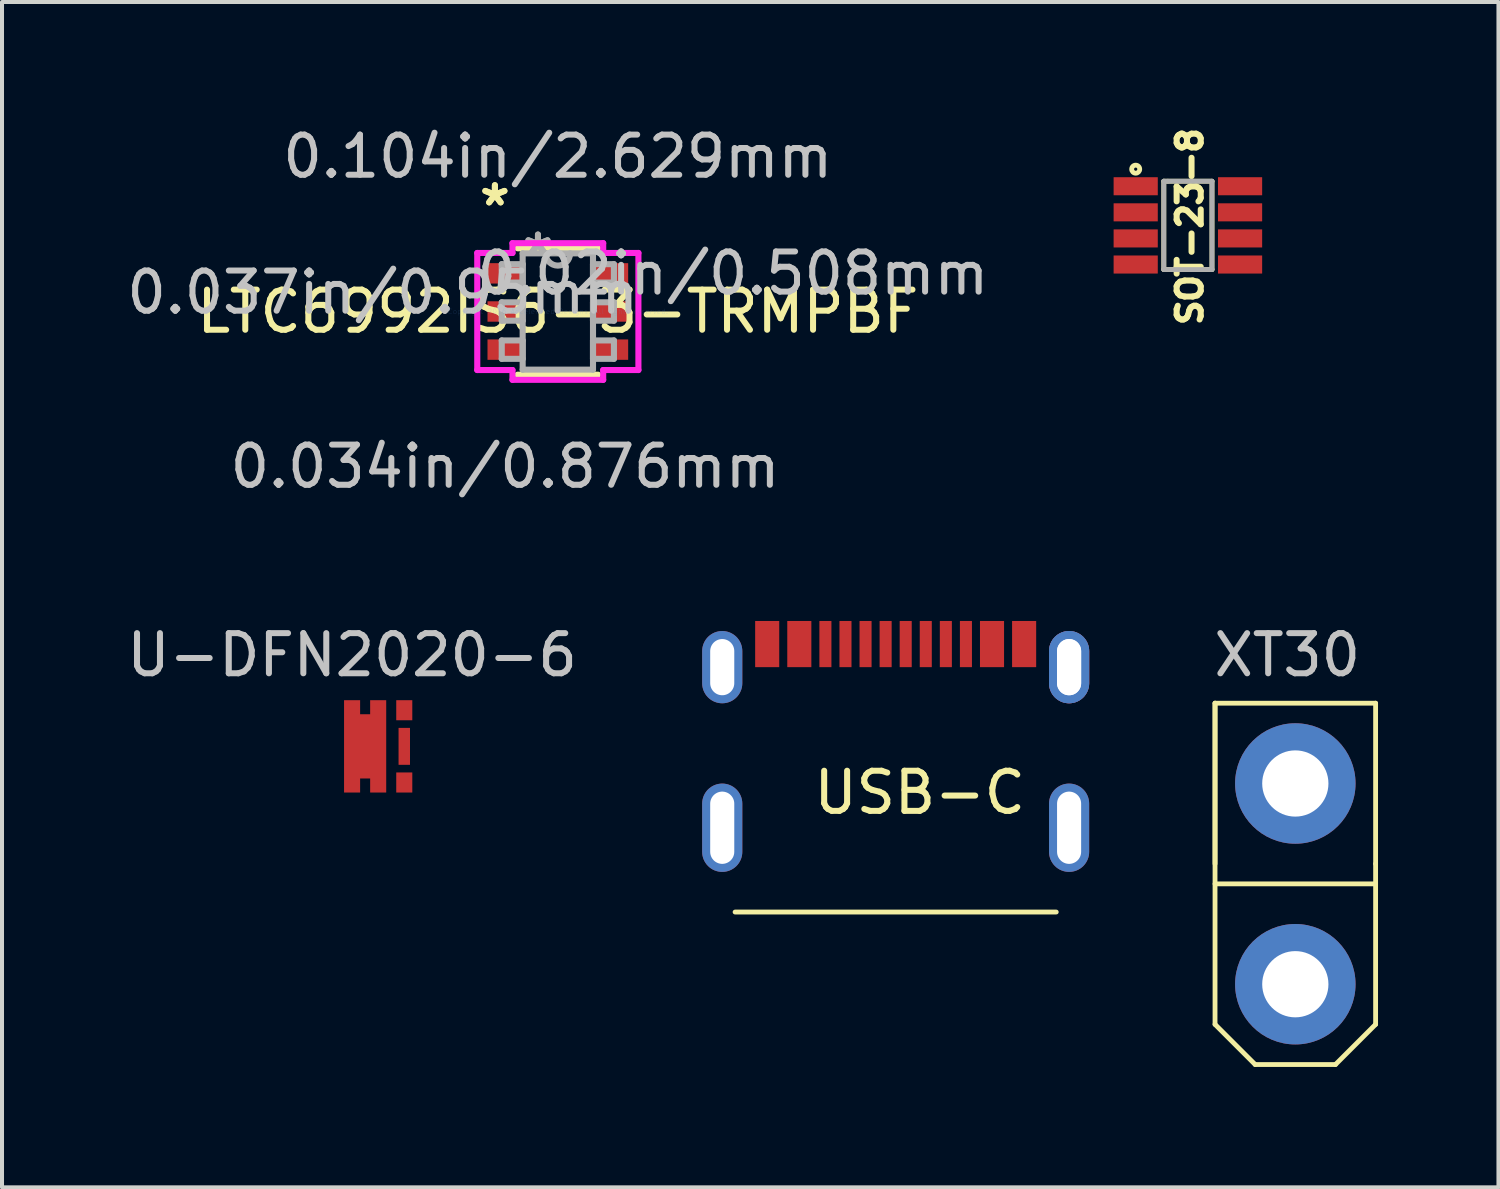
<source format=kicad_pcb>
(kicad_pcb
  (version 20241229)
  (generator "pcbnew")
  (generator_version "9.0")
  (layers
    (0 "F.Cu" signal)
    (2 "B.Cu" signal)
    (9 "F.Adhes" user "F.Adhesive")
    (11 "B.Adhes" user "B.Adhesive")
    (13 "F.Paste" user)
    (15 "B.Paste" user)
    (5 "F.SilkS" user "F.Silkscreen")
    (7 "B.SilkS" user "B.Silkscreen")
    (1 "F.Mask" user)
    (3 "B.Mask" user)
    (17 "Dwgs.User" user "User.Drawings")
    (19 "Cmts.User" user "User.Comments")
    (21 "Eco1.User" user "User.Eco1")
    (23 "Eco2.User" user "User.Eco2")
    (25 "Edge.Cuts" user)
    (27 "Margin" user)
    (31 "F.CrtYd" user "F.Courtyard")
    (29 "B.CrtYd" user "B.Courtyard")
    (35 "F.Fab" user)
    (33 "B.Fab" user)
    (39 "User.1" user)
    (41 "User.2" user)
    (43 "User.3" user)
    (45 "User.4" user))
  (footprint "USB-C"
    (layer "F.Cu")
    (at 19.26 19.668)
    (property "Reference" "USB-C" (at 0.6 -2.975 0) (layer "F.SilkS") (effects (font (size 1 1) (thickness 0.15))))
    (attr through_hole)
    (fp_line (start -4 0) (end 4 0) (stroke (width 0.12) (type solid)) (layer "F.SilkS"))
    (pad "A1" thru_hole oval (at -4.32 -6.1) (size 1 1.8) (drill oval 0.6 1.4) (layers "*.Cu" "*.Mask"))
    (pad "A1" thru_hole oval (at -4.32 -2.1) (size 1 2.2) (drill oval 0.6 1.8) (layers "*.Cu" "*.Mask"))
    (pad "A1" smd rect (at -3.2 -6.675) (size 0.6 1.15) (layers "F.Cu" "F.Mask" "F.Paste"))
    (pad "A1" smd rect (at 3.2 -6.675) (size 0.6 1.15) (layers "F.Cu" "F.Mask" "F.Paste"))
    (pad "A1" thru_hole oval (at 4.32 -6.1) (size 1 1.8) (drill oval 0.6 1.4) (layers "*.Cu" "*.Mask"))
    (pad "A1" thru_hole oval (at 4.32 -6.1) (size 1 1.8) (drill oval 0.6 1.4) (layers "*.Cu" "*.Mask"))
    (pad "A1" thru_hole oval (at 4.32 -2.1) (size 1 2.2) (drill oval 0.6 1.8) (layers "*.Cu" "*.Mask"))
    (pad "A4" smd rect (at -2.4 -6.675) (size 0.6 1.15) (layers "F.Cu" "F.Mask" "F.Paste"))
    (pad "A4" smd rect (at 2.4 -6.675) (size 0.6 1.15) (layers "F.Cu" "F.Mask" "F.Paste"))
    (pad "A5" smd rect (at -1.25 -6.675) (size 0.3 1.15) (layers "F.Cu" "F.Mask" "F.Paste"))
    (pad "A6" smd rect (at -0.25 -6.675) (size 0.3 1.15) (layers "F.Cu" "F.Mask" "F.Paste"))
    (pad "A7" smd rect (at 0.25 -6.675) (size 0.3 1.15) (layers "F.Cu" "F.Mask" "F.Paste"))
    (pad "A8" smd rect (at 1.25 -6.675) (size 0.3 1.15) (layers "F.Cu" "F.Mask" "F.Paste"))
    (pad "B5" smd rect (at 1.75 -6.675) (size 0.3 1.15) (layers "F.Cu" "F.Mask" "F.Paste"))
    (pad "B6" smd rect (at 0.75 -6.675) (size 0.3 1.15) (layers "F.Cu" "F.Mask" "F.Paste"))
    (pad "B7" smd rect (at -0.75 -6.675) (size 0.3 1.15) (layers "F.Cu" "F.Mask" "F.Paste"))
    (pad "B8" smd rect (at -1.75 -6.675) (size 0.3 1.15) (layers "F.Cu" "F.Mask" "F.Paste")))
  (footprint "U-DFN2020-6"
    (layer "F.Cu")
    (at 5.72 15.541)
    (property "Reference" "U-DFN2020-6" (at 0 -2.275 0) (layer "Dwgs.User") (effects (font (size 1 1) (thickness 0.15))))
    (attr through_hole)
    (pad "1" smd rect (at 0 0) (size 0.4 2.3) (layers "F.Cu" "F.Mask" "F.Paste"))
    (pad "1" smd rect (at 0.325 0) (size 0.4 1.6) (layers "F.Cu" "F.Mask" "F.Paste"))
    (pad "1" smd rect (at 0.65 0) (size 0.4 2.3) (layers "F.Cu" "F.Mask" "F.Paste"))
    (pad "2" smd rect (at 1.3 0) (size 0.285 0.92) (layers "F.Cu" "F.Mask" "F.Paste"))
    (pad "2" smd rect (at 1.3 0.9) (size 0.4 0.5) (layers "F.Cu" "F.Mask" "F.Paste"))
    (pad "3" smd rect (at 1.3 -0.9) (size 0.4 0.5) (layers "F.Cu" "F.Mask" "F.Paste")))
  (footprint "SOT-23-8"
    (layer "F.Cu")
    (at 25.239 1.589)
    (property "Reference" "SOT-23-8" (at 1.35 1.005 90) (layer "F.SilkS") (effects (font (size 0.6 0.6) (thickness 0.15))))
    (attr through_hole)
    (fp_line (start 0.7 -0.125) (end 1.9 -0.125) (stroke (width 0.12) (type solid)) (layer "F.SilkS"))
    (fp_line (start 0.7 2.075) (end 0.7 -0.125) (stroke (width 0.12) (type solid)) (layer "F.SilkS"))
    (fp_line (start 1.9 -0.125) (end 1.9 2.075) (stroke (width 0.12) (type solid)) (layer "F.SilkS"))
    (fp_line (start 1.9 2.075) (end 0.7 2.075) (stroke (width 0.12) (type solid)) (layer "F.SilkS"))
    (fp_circle (center 0 -0.425) (end 0 -0.325) (stroke (width 0.12) (type solid)) (fill no) (layer "F.SilkS"))
    (fp_line (start 0.7 -0.125) (end 0.7 2.075) (stroke (width 0.12) (type solid)) (layer "F.Fab"))
    (fp_line (start 0.7 2.075) (end 1.9 2.075) (stroke (width 0.12) (type solid)) (layer "F.Fab"))
    (fp_line (start 0.8 -0.125) (end 0.7 -0.125) (stroke (width 0.12) (type solid)) (layer "F.Fab"))
    (fp_line (start 1.9 -0.125) (end 0.8 -0.125) (stroke (width 0.12) (type solid)) (layer "F.Fab"))
    (fp_line (start 1.9 2.075) (end 1.9 -0.125) (stroke (width 0.12) (type solid)) (layer "F.Fab"))
    (pad "1" smd rect (at 0 0) (size 1.1 0.45) (layers "F.Cu" "F.Mask" "F.Paste"))
    (pad "2" smd rect (at 0 0.65) (size 1.1 0.45) (layers "F.Cu" "F.Mask" "F.Paste"))
    (pad "3" smd rect (at 0 1.3) (size 1.1 0.45) (layers "F.Cu" "F.Mask" "F.Paste"))
    (pad "4" smd rect (at 0 1.95) (size 1.1 0.45) (layers "F.Cu" "F.Mask" "F.Paste"))
    (pad "5" smd rect (at 2.6 1.95) (size 1.1 0.45) (layers "F.Cu" "F.Mask" "F.Paste"))
    (pad "6" smd rect (at 2.6 1.3) (size 1.1 0.45) (layers "F.Cu" "F.Mask" "F.Paste"))
    (pad "7" smd rect (at 2.6 0.65) (size 1.1 0.45) (layers "F.Cu" "F.Mask" "F.Paste"))
    (pad "8" smd rect (at 2.6 0) (size 1.1 0.45) (layers "F.Cu" "F.Mask" "F.Paste")))
  (footprint "XT30"
    (layer "F.Cu")
    (at 29.215 16.466)
    (property "Reference" "XT30" (at -0.2 -3.2 0) (layer "Dwgs.User") (effects (font (size 1 1) (thickness 0.15))))
    (attr through_hole)
    (fp_line (start -2 -2) (end -2 6) (stroke (width 0.12) (type solid)) (layer "F.SilkS"))
    (fp_line (start -2 -2) (end 2 -2) (stroke (width 0.12) (type solid)) (layer "F.SilkS"))
    (fp_line (start -2 2) (end -2 -2) (stroke (width 0.12) (type solid)) (layer "F.SilkS"))
    (fp_line (start -2 6) (end -1 7) (stroke (width 0.12) (type solid)) (layer "F.SilkS"))
    (fp_line (start -1 7) (end 1 7) (stroke (width 0.12) (type solid)) (layer "F.SilkS"))
    (fp_line (start 1 7) (end 2 6) (stroke (width 0.12) (type solid)) (layer "F.SilkS"))
    (fp_line (start 2 -2) (end 2 2) (stroke (width 0.12) (type solid)) (layer "F.SilkS"))
    (fp_line (start 2 2.5) (end -2 2.5) (stroke (width 0.12) (type solid)) (layer "F.SilkS"))
    (fp_line (start 2 6) (end 2 2) (stroke (width 0.12) (type solid)) (layer "F.SilkS"))
    (pad "1" thru_hole circle (at 0 0) (size 3 3) (drill 1.65) (layers "*.Cu" "*.Mask"))
    (pad "2" thru_hole circle (at 0 5) (size 3 3) (drill 1.65) (layers "*.Cu" "*.Mask")))
  (footprint "LTC6992IS6-3-TRMPBF"
    (layer "F.Cu")
    (at 10.845 4.709)
    (property "Reference" "LTC6992IS6-3-TRMPBF" (at 0 0 0) (layer "F.SilkS") (effects (font (size 1 1) (thickness 0.15))))
    (attr through_hole)
    (fp_line (start -1.003 1.575) (end 1.003 1.575) (stroke (width 0.152) (type solid)) (layer "F.SilkS"))
    (fp_line (start 1.003 -1.575) (end -1.003 -1.575) (stroke (width 0.152) (type solid)) (layer "F.SilkS"))
    (fp_line (start -2.007 -1.458) (end -1.13 -1.458) (stroke (width 0.152) (type solid)) (layer "F.CrtYd"))
    (fp_line (start -2.007 1.458) (end -2.007 -1.458) (stroke (width 0.152) (type solid)) (layer "F.CrtYd"))
    (fp_line (start -1.13 -1.702) (end 1.13 -1.702) (stroke (width 0.152) (type solid)) (layer "F.CrtYd"))
    (fp_line (start -1.13 -1.458) (end -1.13 -1.702) (stroke (width 0.152) (type solid)) (layer "F.CrtYd"))
    (fp_line (start -1.13 1.458) (end -2.007 1.458) (stroke (width 0.152) (type solid)) (layer "F.CrtYd"))
    (fp_line (start -1.13 1.702) (end -1.13 1.458) (stroke (width 0.152) (type solid)) (layer "F.CrtYd"))
    (fp_line (start 1.13 -1.702) (end 1.13 -1.458) (stroke (width 0.152) (type solid)) (layer "F.CrtYd"))
    (fp_line (start 1.13 -1.458) (end 2.007 -1.458) (stroke (width 0.152) (type solid)) (layer "F.CrtYd"))
    (fp_line (start 1.13 1.458) (end 1.13 1.702) (stroke (width 0.152) (type solid)) (layer "F.CrtYd"))
    (fp_line (start 1.13 1.702) (end -1.13 1.702) (stroke (width 0.152) (type solid)) (layer "F.CrtYd"))
    (fp_line (start 2.007 -1.458) (end 2.007 1.458) (stroke (width 0.152) (type solid)) (layer "F.CrtYd"))
    (fp_line (start 2.007 1.458) (end 1.13 1.458) (stroke (width 0.152) (type solid)) (layer "F.CrtYd"))
    (fp_line (start -1.397 -1.179) (end -1.397 -0.721) (stroke (width 0.152) (type solid)) (layer "F.Fab"))
    (fp_line (start -1.397 -0.721) (end -0.876 -0.721) (stroke (width 0.152) (type solid)) (layer "F.Fab"))
    (fp_line (start -1.397 -0.229) (end -1.397 0.229) (stroke (width 0.152) (type solid)) (layer "F.Fab"))
    (fp_line (start -1.397 0.229) (end -0.876 0.229) (stroke (width 0.152) (type solid)) (layer "F.Fab"))
    (fp_line (start -1.397 0.721) (end -1.397 1.179) (stroke (width 0.152) (type solid)) (layer "F.Fab"))
    (fp_line (start -1.397 1.179) (end -0.876 1.179) (stroke (width 0.152) (type solid)) (layer "F.Fab"))
    (fp_line (start -0.876 -1.448) (end -0.876 1.448) (stroke (width 0.152) (type solid)) (layer "F.Fab"))
    (fp_line (start -0.876 -1.179) (end -1.397 -1.179) (stroke (width 0.152) (type solid)) (layer "F.Fab"))
    (fp_line (start -0.876 -0.721) (end -0.876 -1.179) (stroke (width 0.152) (type solid)) (layer "F.Fab"))
    (fp_line (start -0.876 -0.229) (end -1.397 -0.229) (stroke (width 0.152) (type solid)) (layer "F.Fab"))
    (fp_line (start -0.876 0.229) (end -0.876 -0.229) (stroke (width 0.152) (type solid)) (layer "F.Fab"))
    (fp_line (start -0.876 0.721) (end -1.397 0.721) (stroke (width 0.152) (type solid)) (layer "F.Fab"))
    (fp_line (start -0.876 1.179) (end -0.876 0.721) (stroke (width 0.152) (type solid)) (layer "F.Fab"))
    (fp_line (start -0.876 1.448) (end 0.876 1.448) (stroke (width 0.152) (type solid)) (layer "F.Fab"))
    (fp_line (start 0.876 -1.448) (end -0.876 -1.448) (stroke (width 0.152) (type solid)) (layer "F.Fab"))
    (fp_line (start 0.876 -1.179) (end 0.876 -0.721) (stroke (width 0.152) (type solid)) (layer "F.Fab"))
    (fp_line (start 0.876 -0.721) (end 1.397 -0.721) (stroke (width 0.152) (type solid)) (layer "F.Fab"))
    (fp_line (start 0.876 -0.229) (end 0.876 0.229) (stroke (width 0.152) (type solid)) (layer "F.Fab"))
    (fp_line (start 0.876 0.229) (end 1.397 0.229) (stroke (width 0.152) (type solid)) (layer "F.Fab"))
    (fp_line (start 0.876 0.721) (end 0.876 1.179) (stroke (width 0.152) (type solid)) (layer "F.Fab"))
    (fp_line (start 0.876 1.179) (end 1.397 1.179) (stroke (width 0.152) (type solid)) (layer "F.Fab"))
    (fp_line (start 0.876 1.448) (end 0.876 -1.448) (stroke (width 0.152) (type solid)) (layer "F.Fab"))
    (fp_line (start 1.397 -1.179) (end 0.876 -1.179) (stroke (width 0.152) (type solid)) (layer "F.Fab"))
    (fp_line (start 1.397 -0.721) (end 1.397 -1.179) (stroke (width 0.152) (type solid)) (layer "F.Fab"))
    (fp_line (start 1.397 -0.229) (end 0.876 -0.229) (stroke (width 0.152) (type solid)) (layer "F.Fab"))
    (fp_line (start 1.397 0.229) (end 1.397 -0.229) (stroke (width 0.152) (type solid)) (layer "F.Fab"))
    (fp_line (start 1.397 0.721) (end 0.876 0.721) (stroke (width 0.152) (type solid)) (layer "F.Fab"))
    (fp_line (start 1.397 1.179) (end 1.397 0.721) (stroke (width 0.152) (type solid)) (layer "F.Fab"))
    (fp_arc (start 0.3048 -1.4478) (mid 0 -1.143) (end -0.3048 -1.4478) (stroke (width 0.1524) (type solid)) (layer "F.Fab"))
    (fp_text user "*" (at -1.568 -2.601 0) (layer "F.SilkS") (effects (font (size 1 1) (thickness 0.15))))
    (fp_text user "*" (at -1.568 -2.601 0) (layer "F.SilkS") (effects (font (size 1 1) (thickness 0.15))))
    (fp_text user "0.034in/0.876mm" (at -1.314 3.861 0) (layer "Dwgs.User") (effects (font (size 1 1) (thickness 0.15))))
    (fp_text user "0.037in/0.95mm" (at -4.362 -0.475 0) (layer "Dwgs.User") (effects (font (size 1 1) (thickness 0.15))))
    (fp_text user "0.02in/0.508mm" (at 4.362 -0.95 0) (layer "Dwgs.User") (effects (font (size 1 1) (thickness 0.15))))
    (fp_text user "0.104in/2.629mm" (at 0 -3.861 0) (layer "Dwgs.User") (effects (font (size 1 1) (thickness 0.15))))
    (fp_text user "Copyright 2016 Accelerated Designs. All rights reserved." (at 0 0 0) (layer "Cmts.User") (effects (font (size 0.127 0.127) (thickness 0.002))))
    (fp_text user "*" (at -0.495 -1.372 0) (layer "F.Fab") (effects (font (size 1 1) (thickness 0.15))))
    (fp_text user "*" (at -0.495 -1.372 0) (layer "F.Fab") (effects (font (size 1 1) (thickness 0.15))))
    (pad "1" smd rect (at -1.314 -0.95) (size 0.876 0.508) (layers "F.Cu" "F.Mask" "F.Paste"))
    (pad "2" smd rect (at -1.314 0) (size 0.876 0.508) (layers "F.Cu" "F.Mask" "F.Paste"))
    (pad "3" smd rect (at -1.314 0.95) (size 0.876 0.508) (layers "F.Cu" "F.Mask" "F.Paste"))
    (pad "4" smd rect (at 1.314 0.95) (size 0.876 0.508) (layers "F.Cu" "F.Mask" "F.Paste"))
    (pad "5" smd rect (at 1.314 0) (size 0.876 0.508) (layers "F.Cu" "F.Mask" "F.Paste"))
    (pad "6" smd rect (at 1.314 -0.95) (size 0.876 0.508) (layers "F.Cu" "F.Mask" "F.Paste")))
  (gr_rect
    (start -3 -3)
    (end 34.275 26.526)
    (stroke (width 0.1) (type default))
    (fill no)
    (layer "Edge.Cuts")))
</source>
